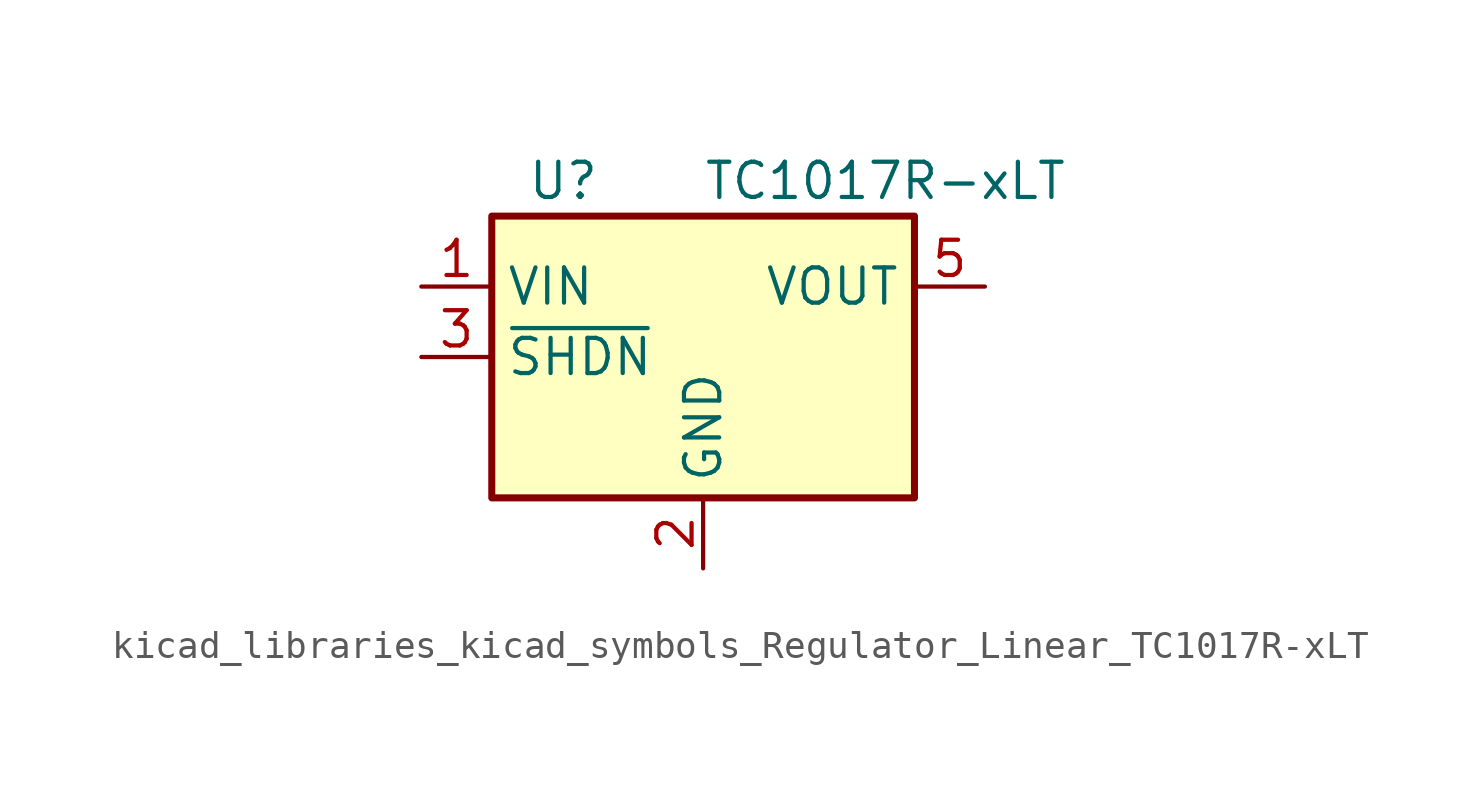
<source format=kicad_sym>
(kicad_symbol_lib
  (version 20220914)
  (generator kicad_symbol_editor)
  (symbol "kicad_libraries_kicad_symbols_Regulator_Linear_TC1017R-xLT"
    (property "Reference" "U"
      (at -6.35 6.35 0)
      (effects (font (size 1.27 1.27)) (justify left)))
    (property "Value" "TC1017R-xLT"
      (at 0 6.35 0)
      (effects (font (size 1.27 1.27)) (justify left)))
    (symbol "kicad_libraries_kicad_symbols_Regulator_Linear_TC1017R-xLT_0_1"
      (rectangle (start -7.62 5.08) (end 7.62 -5.08) (stroke (width 0.254) (type default)) (fill (type background))))
    (symbol "kicad_libraries_kicad_symbols_Regulator_Linear_TC1017R-xLT_1_1"
      (pin power_in line (at -10.16 2.54 0) (length 2.54) (name "VIN" (effects (font (size 1.27 1.27)))) (number "1" (effects (font (size 1.27 1.27)))))
      (pin power_in line (at 0 -7.62 90) (length 2.54) (name "GND" (effects (font (size 1.27 1.27)))) (number "2" (effects (font (size 1.27 1.27)))))
      (pin input line (at -10.16 0 0) (length 2.54) (name "~{SHDN}" (effects (font (size 1.27 1.27)))) (number "3" (effects (font (size 1.27 1.27)))))
      (pin no_connect line (at 7.62 0 180) (length 2.54) hide (name "NC" (effects (font (size 1.27 1.27)))) (number "4" (effects (font (size 1.27 1.27)))))
      (pin power_out line (at 10.16 2.54 180) (length 2.54) (name "VOUT" (effects (font (size 1.27 1.27)))) (number "5" (effects (font (size 1.27 1.27))))))))
</source>
